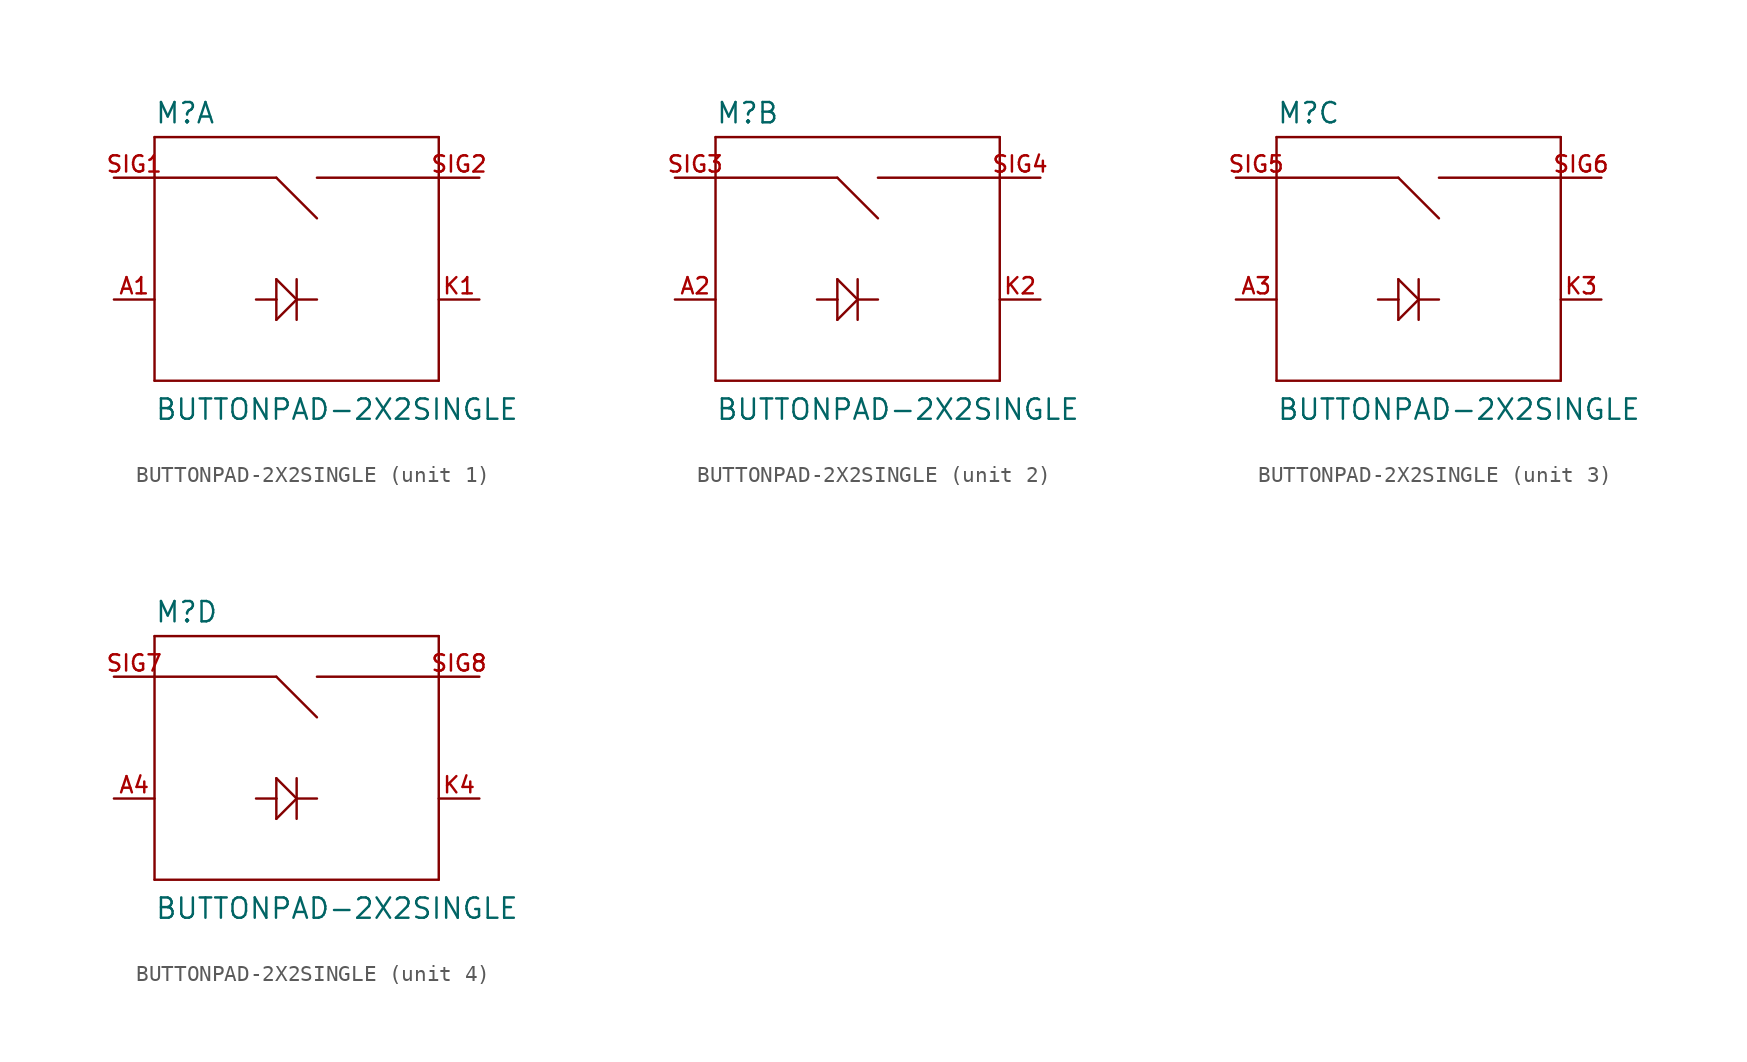
<source format=kicad_sym>
(kicad_symbol_lib
  (version 20211014)
  (generator kicad_symbol_editor)
  (symbol "BUTTONPAD-2X2SINGLE"
    (pin_names
      (offset 1.016) hide)
    (property "Reference" "M"
      (at -7.62 8.382 0)
      (effects (font (size 1.27 1.27)) (justify left bottom)))
    (property "Value" "BUTTONPAD-2X2SINGLE"
      (at -7.62 -10.16 0)
      (effects (font (size 1.27 1.27)) (justify left bottom)))
    (property "ki_locked" ""
      (at 0 0 0)
      (effects (font (size 1.27 1.27))))
    (symbol "BUTTONPAD-2X2SINGLE_1_0"
      (polyline (pts (xy -7.62 -7.62) (xy -7.62 5.08)) (stroke (width 0) (type default) (color 0 0 0 0)) (fill (type none)))
      (polyline (pts (xy -7.62 5.08) (xy -7.62 7.62)) (stroke (width 0) (type default) (color 0 0 0 0)) (fill (type none)))
      (polyline (pts (xy -7.62 5.08) (xy 0 5.08)) (stroke (width 0) (type default) (color 0 0 0 0)) (fill (type none)))
      (polyline (pts (xy -7.62 7.62) (xy 10.16 7.62)) (stroke (width 0) (type default) (color 0 0 0 0)) (fill (type none)))
      (polyline (pts (xy 0 -3.81) (xy 1.27 -2.54)) (stroke (width 0) (type default) (color 0 0 0 0)) (fill (type none)))
      (polyline (pts (xy 0 -2.54) (xy -1.27 -2.54)) (stroke (width 0) (type default) (color 0 0 0 0)) (fill (type none)))
      (polyline (pts (xy 0 -2.54) (xy 0 -3.81)) (stroke (width 0) (type default) (color 0 0 0 0)) (fill (type none)))
      (polyline (pts (xy 0 -1.27) (xy 0 -2.54)) (stroke (width 0) (type default) (color 0 0 0 0)) (fill (type none)))
      (polyline (pts (xy 0 5.08) (xy 2.54 2.54)) (stroke (width 0) (type default) (color 0 0 0 0)) (fill (type none)))
      (polyline (pts (xy 1.27 -2.54) (xy 0 -1.27)) (stroke (width 0) (type default) (color 0 0 0 0)) (fill (type none)))
      (polyline (pts (xy 1.27 -2.54) (xy 1.27 -3.81)) (stroke (width 0) (type default) (color 0 0 0 0)) (fill (type none)))
      (polyline (pts (xy 1.27 -2.54) (xy 2.54 -2.54)) (stroke (width 0) (type default) (color 0 0 0 0)) (fill (type none)))
      (polyline (pts (xy 1.27 -1.27) (xy 1.27 -2.54)) (stroke (width 0) (type default) (color 0 0 0 0)) (fill (type none)))
      (polyline (pts (xy 2.54 5.08) (xy 10.16 5.08)) (stroke (width 0) (type default) (color 0 0 0 0)) (fill (type none)))
      (polyline (pts (xy 10.16 -7.62) (xy -7.62 -7.62)) (stroke (width 0) (type default) (color 0 0 0 0)) (fill (type none)))
      (polyline (pts (xy 10.16 5.08) (xy 10.16 -7.62)) (stroke (width 0) (type default) (color 0 0 0 0)) (fill (type none)))
      (polyline (pts (xy 10.16 7.62) (xy 10.16 5.08)) (stroke (width 0) (type default) (color 0 0 0 0)) (fill (type none))))
    (symbol "BUTTONPAD-2X2SINGLE_1_1"
      (pin bidirectional line (at -10.16 -2.54 0) (length 2.54) (name "A" (effects (font (size 1.016 1.016)))) (number "A1" (effects (font (size 1.016 1.016)))))
      (pin bidirectional line (at 12.7 -2.54 180) (length 2.54) (name "K" (effects (font (size 1.016 1.016)))) (number "K1" (effects (font (size 1.016 1.016)))))
      (pin bidirectional line (at -10.16 5.08 0) (length 2.54) (name "SIG1" (effects (font (size 1.016 1.016)))) (number "SIG1" (effects (font (size 1.016 1.016)))))
      (pin bidirectional line (at 12.7 5.08 180) (length 2.54) (name "SIG2" (effects (font (size 1.016 1.016)))) (number "SIG2" (effects (font (size 1.016 1.016))))))
    (symbol "BUTTONPAD-2X2SINGLE_2_0"
      (polyline (pts (xy -7.62 -7.62) (xy -7.62 5.08)) (stroke (width 0) (type default) (color 0 0 0 0)) (fill (type none)))
      (polyline (pts (xy -7.62 5.08) (xy -7.62 7.62)) (stroke (width 0) (type default) (color 0 0 0 0)) (fill (type none)))
      (polyline (pts (xy -7.62 5.08) (xy 0 5.08)) (stroke (width 0) (type default) (color 0 0 0 0)) (fill (type none)))
      (polyline (pts (xy -7.62 7.62) (xy 10.16 7.62)) (stroke (width 0) (type default) (color 0 0 0 0)) (fill (type none)))
      (polyline (pts (xy 0 -3.81) (xy 1.27 -2.54)) (stroke (width 0) (type default) (color 0 0 0 0)) (fill (type none)))
      (polyline (pts (xy 0 -2.54) (xy -1.27 -2.54)) (stroke (width 0) (type default) (color 0 0 0 0)) (fill (type none)))
      (polyline (pts (xy 0 -2.54) (xy 0 -3.81)) (stroke (width 0) (type default) (color 0 0 0 0)) (fill (type none)))
      (polyline (pts (xy 0 -1.27) (xy 0 -2.54)) (stroke (width 0) (type default) (color 0 0 0 0)) (fill (type none)))
      (polyline (pts (xy 0 5.08) (xy 2.54 2.54)) (stroke (width 0) (type default) (color 0 0 0 0)) (fill (type none)))
      (polyline (pts (xy 1.27 -2.54) (xy 0 -1.27)) (stroke (width 0) (type default) (color 0 0 0 0)) (fill (type none)))
      (polyline (pts (xy 1.27 -2.54) (xy 1.27 -3.81)) (stroke (width 0) (type default) (color 0 0 0 0)) (fill (type none)))
      (polyline (pts (xy 1.27 -2.54) (xy 2.54 -2.54)) (stroke (width 0) (type default) (color 0 0 0 0)) (fill (type none)))
      (polyline (pts (xy 1.27 -1.27) (xy 1.27 -2.54)) (stroke (width 0) (type default) (color 0 0 0 0)) (fill (type none)))
      (polyline (pts (xy 2.54 5.08) (xy 10.16 5.08)) (stroke (width 0) (type default) (color 0 0 0 0)) (fill (type none)))
      (polyline (pts (xy 10.16 -7.62) (xy -7.62 -7.62)) (stroke (width 0) (type default) (color 0 0 0 0)) (fill (type none)))
      (polyline (pts (xy 10.16 5.08) (xy 10.16 -7.62)) (stroke (width 0) (type default) (color 0 0 0 0)) (fill (type none)))
      (polyline (pts (xy 10.16 7.62) (xy 10.16 5.08)) (stroke (width 0) (type default) (color 0 0 0 0)) (fill (type none))))
    (symbol "BUTTONPAD-2X2SINGLE_2_1"
      (pin bidirectional line (at -10.16 -2.54 0) (length 2.54) (name "A" (effects (font (size 1.016 1.016)))) (number "A2" (effects (font (size 1.016 1.016)))))
      (pin bidirectional line (at 12.7 -2.54 180) (length 2.54) (name "K" (effects (font (size 1.016 1.016)))) (number "K2" (effects (font (size 1.016 1.016)))))
      (pin bidirectional line (at -10.16 5.08 0) (length 2.54) (name "SIG1" (effects (font (size 1.016 1.016)))) (number "SIG3" (effects (font (size 1.016 1.016)))))
      (pin bidirectional line (at 12.7 5.08 180) (length 2.54) (name "SIG2" (effects (font (size 1.016 1.016)))) (number "SIG4" (effects (font (size 1.016 1.016))))))
    (symbol "BUTTONPAD-2X2SINGLE_3_0"
      (polyline (pts (xy -7.62 -7.62) (xy -7.62 5.08)) (stroke (width 0) (type default) (color 0 0 0 0)) (fill (type none)))
      (polyline (pts (xy -7.62 5.08) (xy -7.62 7.62)) (stroke (width 0) (type default) (color 0 0 0 0)) (fill (type none)))
      (polyline (pts (xy -7.62 5.08) (xy 0 5.08)) (stroke (width 0) (type default) (color 0 0 0 0)) (fill (type none)))
      (polyline (pts (xy -7.62 7.62) (xy 10.16 7.62)) (stroke (width 0) (type default) (color 0 0 0 0)) (fill (type none)))
      (polyline (pts (xy 0 -3.81) (xy 1.27 -2.54)) (stroke (width 0) (type default) (color 0 0 0 0)) (fill (type none)))
      (polyline (pts (xy 0 -2.54) (xy -1.27 -2.54)) (stroke (width 0) (type default) (color 0 0 0 0)) (fill (type none)))
      (polyline (pts (xy 0 -2.54) (xy 0 -3.81)) (stroke (width 0) (type default) (color 0 0 0 0)) (fill (type none)))
      (polyline (pts (xy 0 -1.27) (xy 0 -2.54)) (stroke (width 0) (type default) (color 0 0 0 0)) (fill (type none)))
      (polyline (pts (xy 0 5.08) (xy 2.54 2.54)) (stroke (width 0) (type default) (color 0 0 0 0)) (fill (type none)))
      (polyline (pts (xy 1.27 -2.54) (xy 0 -1.27)) (stroke (width 0) (type default) (color 0 0 0 0)) (fill (type none)))
      (polyline (pts (xy 1.27 -2.54) (xy 1.27 -3.81)) (stroke (width 0) (type default) (color 0 0 0 0)) (fill (type none)))
      (polyline (pts (xy 1.27 -2.54) (xy 2.54 -2.54)) (stroke (width 0) (type default) (color 0 0 0 0)) (fill (type none)))
      (polyline (pts (xy 1.27 -1.27) (xy 1.27 -2.54)) (stroke (width 0) (type default) (color 0 0 0 0)) (fill (type none)))
      (polyline (pts (xy 2.54 5.08) (xy 10.16 5.08)) (stroke (width 0) (type default) (color 0 0 0 0)) (fill (type none)))
      (polyline (pts (xy 10.16 -7.62) (xy -7.62 -7.62)) (stroke (width 0) (type default) (color 0 0 0 0)) (fill (type none)))
      (polyline (pts (xy 10.16 5.08) (xy 10.16 -7.62)) (stroke (width 0) (type default) (color 0 0 0 0)) (fill (type none)))
      (polyline (pts (xy 10.16 7.62) (xy 10.16 5.08)) (stroke (width 0) (type default) (color 0 0 0 0)) (fill (type none))))
    (symbol "BUTTONPAD-2X2SINGLE_3_1"
      (pin bidirectional line (at -10.16 -2.54 0) (length 2.54) (name "A" (effects (font (size 1.016 1.016)))) (number "A3" (effects (font (size 1.016 1.016)))))
      (pin bidirectional line (at 12.7 -2.54 180) (length 2.54) (name "K" (effects (font (size 1.016 1.016)))) (number "K3" (effects (font (size 1.016 1.016)))))
      (pin bidirectional line (at -10.16 5.08 0) (length 2.54) (name "SIG1" (effects (font (size 1.016 1.016)))) (number "SIG5" (effects (font (size 1.016 1.016)))))
      (pin bidirectional line (at 12.7 5.08 180) (length 2.54) (name "SIG2" (effects (font (size 1.016 1.016)))) (number "SIG6" (effects (font (size 1.016 1.016))))))
    (symbol "BUTTONPAD-2X2SINGLE_4_0"
      (polyline (pts (xy -7.62 -7.62) (xy -7.62 5.08)) (stroke (width 0) (type default) (color 0 0 0 0)) (fill (type none)))
      (polyline (pts (xy -7.62 5.08) (xy -7.62 7.62)) (stroke (width 0) (type default) (color 0 0 0 0)) (fill (type none)))
      (polyline (pts (xy -7.62 5.08) (xy 0 5.08)) (stroke (width 0) (type default) (color 0 0 0 0)) (fill (type none)))
      (polyline (pts (xy -7.62 7.62) (xy 10.16 7.62)) (stroke (width 0) (type default) (color 0 0 0 0)) (fill (type none)))
      (polyline (pts (xy 0 -3.81) (xy 1.27 -2.54)) (stroke (width 0) (type default) (color 0 0 0 0)) (fill (type none)))
      (polyline (pts (xy 0 -2.54) (xy -1.27 -2.54)) (stroke (width 0) (type default) (color 0 0 0 0)) (fill (type none)))
      (polyline (pts (xy 0 -2.54) (xy 0 -3.81)) (stroke (width 0) (type default) (color 0 0 0 0)) (fill (type none)))
      (polyline (pts (xy 0 -1.27) (xy 0 -2.54)) (stroke (width 0) (type default) (color 0 0 0 0)) (fill (type none)))
      (polyline (pts (xy 0 5.08) (xy 2.54 2.54)) (stroke (width 0) (type default) (color 0 0 0 0)) (fill (type none)))
      (polyline (pts (xy 1.27 -2.54) (xy 0 -1.27)) (stroke (width 0) (type default) (color 0 0 0 0)) (fill (type none)))
      (polyline (pts (xy 1.27 -2.54) (xy 1.27 -3.81)) (stroke (width 0) (type default) (color 0 0 0 0)) (fill (type none)))
      (polyline (pts (xy 1.27 -2.54) (xy 2.54 -2.54)) (stroke (width 0) (type default) (color 0 0 0 0)) (fill (type none)))
      (polyline (pts (xy 1.27 -1.27) (xy 1.27 -2.54)) (stroke (width 0) (type default) (color 0 0 0 0)) (fill (type none)))
      (polyline (pts (xy 2.54 5.08) (xy 10.16 5.08)) (stroke (width 0) (type default) (color 0 0 0 0)) (fill (type none)))
      (polyline (pts (xy 10.16 -7.62) (xy -7.62 -7.62)) (stroke (width 0) (type default) (color 0 0 0 0)) (fill (type none)))
      (polyline (pts (xy 10.16 5.08) (xy 10.16 -7.62)) (stroke (width 0) (type default) (color 0 0 0 0)) (fill (type none)))
      (polyline (pts (xy 10.16 7.62) (xy 10.16 5.08)) (stroke (width 0) (type default) (color 0 0 0 0)) (fill (type none))))
    (symbol "BUTTONPAD-2X2SINGLE_4_1"
      (pin bidirectional line (at -10.16 -2.54 0) (length 2.54) (name "A" (effects (font (size 1.016 1.016)))) (number "A4" (effects (font (size 1.016 1.016)))))
      (pin bidirectional line (at 12.7 -2.54 180) (length 2.54) (name "K" (effects (font (size 1.016 1.016)))) (number "K4" (effects (font (size 1.016 1.016)))))
      (pin bidirectional line (at -10.16 5.08 0) (length 2.54) (name "SIG1" (effects (font (size 1.016 1.016)))) (number "SIG7" (effects (font (size 1.016 1.016)))))
      (pin bidirectional line (at 12.7 5.08 180) (length 2.54) (name "SIG2" (effects (font (size 1.016 1.016)))) (number "SIG8" (effects (font (size 1.016 1.016))))))))
</source>
